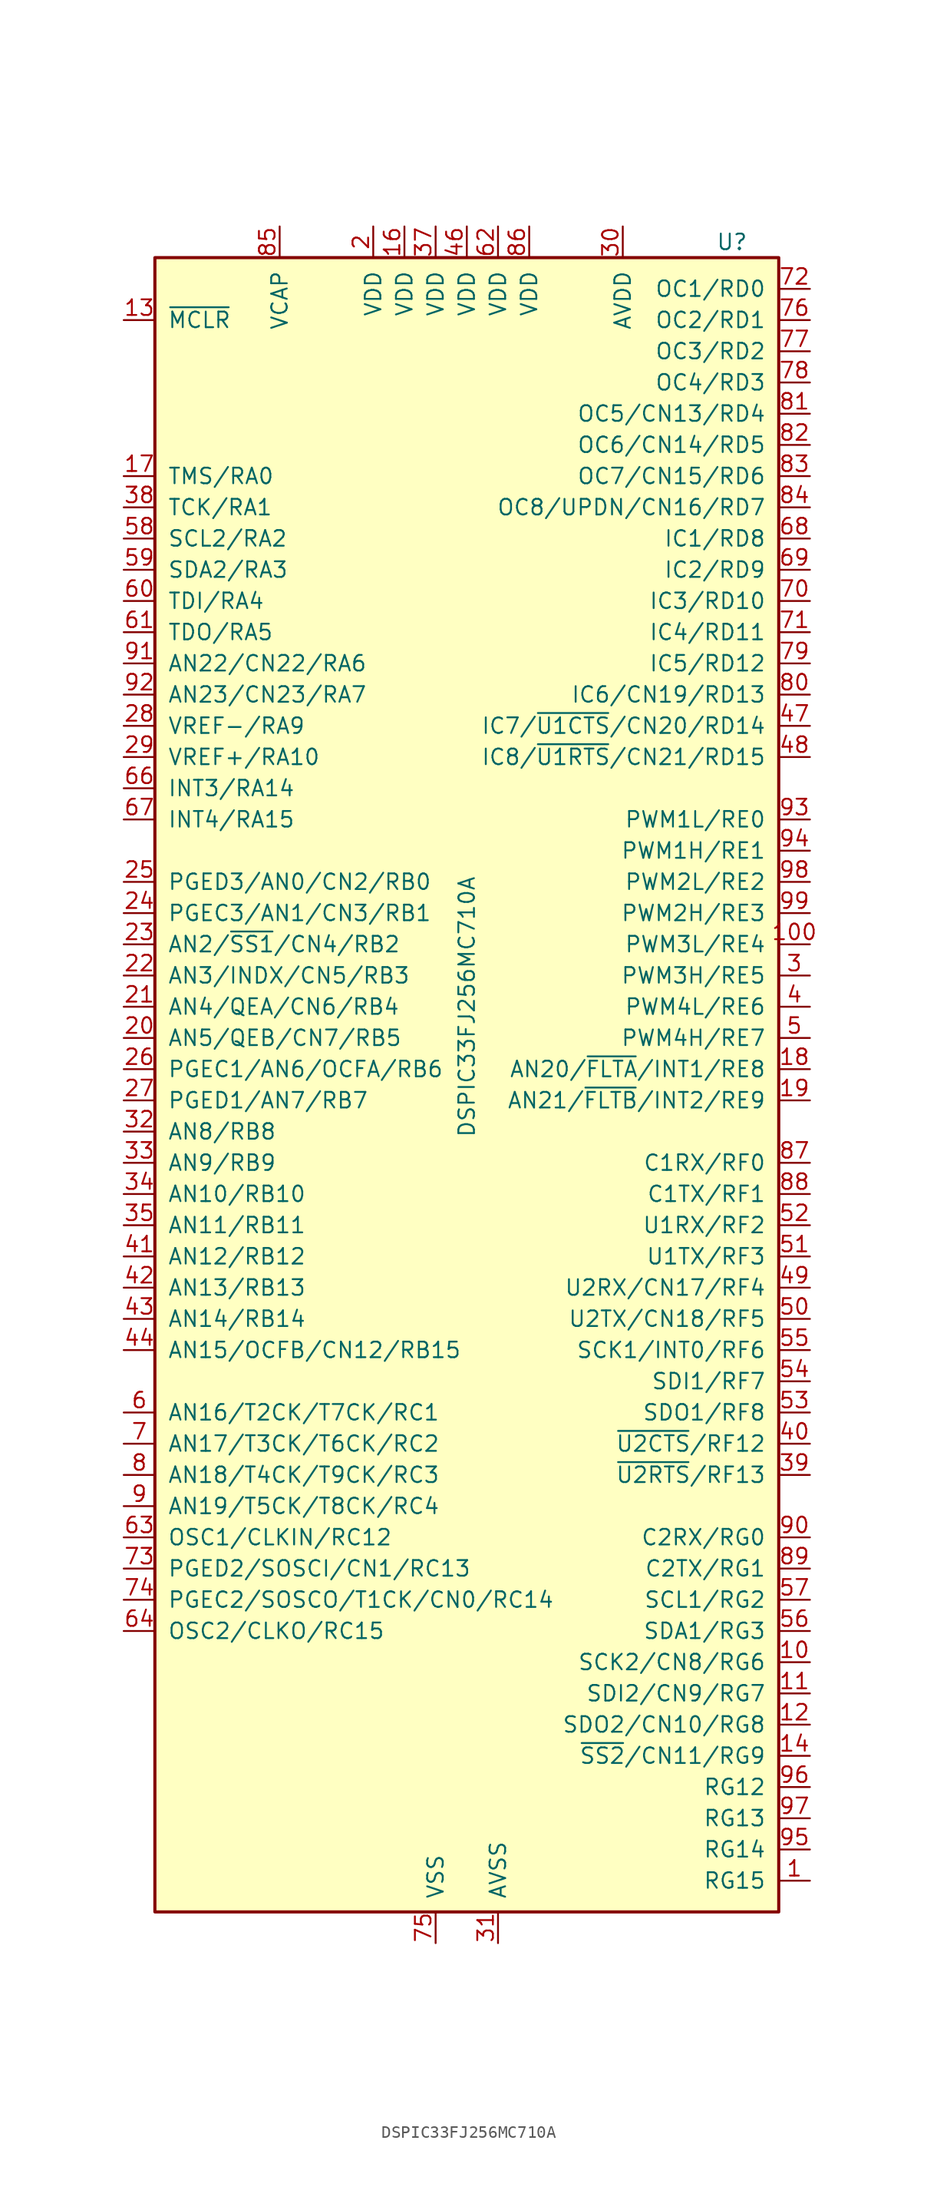
<source format=kicad_sym>
(kicad_symbol_lib
  (version 20231120)
  (generator "kicad_symbol_editor")
  (generator_version "8.0")
  (symbol "DSPIC33FJ256MC710A"
    (pin_names
      (offset 1.016))
    (property "Reference" "U"
      (at 21.59 69.85 0)
      (effects (font (size 1.27 1.27))))
    (property "Value" "DSPIC33FJ256MC710A"
      (at 0 7.62 90)
      (effects (font (size 1.27 1.27))))
    (symbol "DSPIC33FJ256MC710A_0_1"
      (rectangle (start -25.4 68.58) (end 25.4 -66.04) (stroke (width 0.254) (type default)) (fill (type background))))
    (symbol "DSPIC33FJ256MC710A_1_1"
      (pin bidirectional line (at 27.94 -63.5 180) (length 2.54) (name "RG15" (effects (font (size 1.27 1.27)))) (number "1" (effects (font (size 1.27 1.27)))))
      (pin bidirectional line (at 27.94 -45.72 180) (length 2.54) (name "SCK2/CN8/RG6" (effects (font (size 1.27 1.27)))) (number "10" (effects (font (size 1.27 1.27)))))
      (pin bidirectional line (at 27.94 12.7 180) (length 2.54) (name "PWM3L/RE4" (effects (font (size 1.27 1.27)))) (number "100" (effects (font (size 1.27 1.27)))))
      (pin bidirectional line (at 27.94 -48.26 180) (length 2.54) (name "SDI2/CN9/RG7" (effects (font (size 1.27 1.27)))) (number "11" (effects (font (size 1.27 1.27)))))
      (pin bidirectional line (at 27.94 -50.8 180) (length 2.54) (name "SDO2/CN10/RG8" (effects (font (size 1.27 1.27)))) (number "12" (effects (font (size 1.27 1.27)))))
      (pin input line (at -27.94 63.5 0) (length 2.54) (name "~{MCLR}" (effects (font (size 1.27 1.27)))) (number "13" (effects (font (size 1.27 1.27)))))
      (pin bidirectional line (at 27.94 -53.34 180) (length 2.54) (name "~{SS2}/CN11/RG9" (effects (font (size 1.27 1.27)))) (number "14" (effects (font (size 1.27 1.27)))))
      (pin passive line (at -2.54 -68.58 90) (length 2.54) hide (name "VSS" (effects (font (size 1.27 1.27)))) (number "15" (effects (font (size 1.27 1.27)))))
      (pin power_in line (at -5.08 71.12 270) (length 2.54) (name "VDD" (effects (font (size 1.27 1.27)))) (number "16" (effects (font (size 1.27 1.27)))))
      (pin bidirectional line (at -27.94 50.8 0) (length 2.54) (name "TMS/RA0" (effects (font (size 1.27 1.27)))) (number "17" (effects (font (size 1.27 1.27)))))
      (pin bidirectional line (at 27.94 2.54 180) (length 2.54) (name "AN20/~{FLTA}/INT1/RE8" (effects (font (size 1.27 1.27)))) (number "18" (effects (font (size 1.27 1.27)))))
      (pin bidirectional line (at 27.94 0 180) (length 2.54) (name "AN21/~{FLTB}/INT2/RE9" (effects (font (size 1.27 1.27)))) (number "19" (effects (font (size 1.27 1.27)))))
      (pin power_in line (at -7.62 71.12 270) (length 2.54) (name "VDD" (effects (font (size 1.27 1.27)))) (number "2" (effects (font (size 1.27 1.27)))))
      (pin bidirectional line (at -27.94 5.08 0) (length 2.54) (name "AN5/QEB/CN7/RB5" (effects (font (size 1.27 1.27)))) (number "20" (effects (font (size 1.27 1.27)))))
      (pin bidirectional line (at -27.94 7.62 0) (length 2.54) (name "AN4/QEA/CN6/RB4" (effects (font (size 1.27 1.27)))) (number "21" (effects (font (size 1.27 1.27)))))
      (pin bidirectional line (at -27.94 10.16 0) (length 2.54) (name "AN3/INDX/CN5/RB3" (effects (font (size 1.27 1.27)))) (number "22" (effects (font (size 1.27 1.27)))))
      (pin bidirectional line (at -27.94 12.7 0) (length 2.54) (name "AN2/~{SS1}/CN4/RB2" (effects (font (size 1.27 1.27)))) (number "23" (effects (font (size 1.27 1.27)))))
      (pin bidirectional line (at -27.94 15.24 0) (length 2.54) (name "PGEC3/AN1/CN3/RB1" (effects (font (size 1.27 1.27)))) (number "24" (effects (font (size 1.27 1.27)))))
      (pin bidirectional line (at -27.94 17.78 0) (length 2.54) (name "PGED3/AN0/CN2/RB0" (effects (font (size 1.27 1.27)))) (number "25" (effects (font (size 1.27 1.27)))))
      (pin bidirectional line (at -27.94 2.54 0) (length 2.54) (name "PGEC1/AN6/OCFA/RB6" (effects (font (size 1.27 1.27)))) (number "26" (effects (font (size 1.27 1.27)))))
      (pin bidirectional line (at -27.94 0 0) (length 2.54) (name "PGED1/AN7/RB7" (effects (font (size 1.27 1.27)))) (number "27" (effects (font (size 1.27 1.27)))))
      (pin bidirectional line (at -27.94 30.48 0) (length 2.54) (name "VREF-/RA9" (effects (font (size 1.27 1.27)))) (number "28" (effects (font (size 1.27 1.27)))))
      (pin bidirectional line (at -27.94 27.94 0) (length 2.54) (name "VREF+/RA10" (effects (font (size 1.27 1.27)))) (number "29" (effects (font (size 1.27 1.27)))))
      (pin bidirectional line (at 27.94 10.16 180) (length 2.54) (name "PWM3H/RE5" (effects (font (size 1.27 1.27)))) (number "3" (effects (font (size 1.27 1.27)))))
      (pin power_in line (at 12.7 71.12 270) (length 2.54) (name "AVDD" (effects (font (size 1.27 1.27)))) (number "30" (effects (font (size 1.27 1.27)))))
      (pin power_in line (at 2.54 -68.58 90) (length 2.54) (name "AVSS" (effects (font (size 1.27 1.27)))) (number "31" (effects (font (size 1.27 1.27)))))
      (pin bidirectional line (at -27.94 -2.54 0) (length 2.54) (name "AN8/RB8" (effects (font (size 1.27 1.27)))) (number "32" (effects (font (size 1.27 1.27)))))
      (pin bidirectional line (at -27.94 -5.08 0) (length 2.54) (name "AN9/RB9" (effects (font (size 1.27 1.27)))) (number "33" (effects (font (size 1.27 1.27)))))
      (pin bidirectional line (at -27.94 -7.62 0) (length 2.54) (name "AN10/RB10" (effects (font (size 1.27 1.27)))) (number "34" (effects (font (size 1.27 1.27)))))
      (pin bidirectional line (at -27.94 -10.16 0) (length 2.54) (name "AN11/RB11" (effects (font (size 1.27 1.27)))) (number "35" (effects (font (size 1.27 1.27)))))
      (pin passive line (at -2.54 -68.58 90) (length 2.54) hide (name "VSS" (effects (font (size 1.27 1.27)))) (number "36" (effects (font (size 1.27 1.27)))))
      (pin power_in line (at -2.54 71.12 270) (length 2.54) (name "VDD" (effects (font (size 1.27 1.27)))) (number "37" (effects (font (size 1.27 1.27)))))
      (pin bidirectional line (at -27.94 48.26 0) (length 2.54) (name "TCK/RA1" (effects (font (size 1.27 1.27)))) (number "38" (effects (font (size 1.27 1.27)))))
      (pin bidirectional line (at 27.94 -30.48 180) (length 2.54) (name "~{U2RTS}/RF13" (effects (font (size 1.27 1.27)))) (number "39" (effects (font (size 1.27 1.27)))))
      (pin bidirectional line (at 27.94 7.62 180) (length 2.54) (name "PWM4L/RE6" (effects (font (size 1.27 1.27)))) (number "4" (effects (font (size 1.27 1.27)))))
      (pin bidirectional line (at 27.94 -27.94 180) (length 2.54) (name "~{U2CTS}/RF12" (effects (font (size 1.27 1.27)))) (number "40" (effects (font (size 1.27 1.27)))))
      (pin bidirectional line (at -27.94 -12.7 0) (length 2.54) (name "AN12/RB12" (effects (font (size 1.27 1.27)))) (number "41" (effects (font (size 1.27 1.27)))))
      (pin bidirectional line (at -27.94 -15.24 0) (length 2.54) (name "AN13/RB13" (effects (font (size 1.27 1.27)))) (number "42" (effects (font (size 1.27 1.27)))))
      (pin bidirectional line (at -27.94 -17.78 0) (length 2.54) (name "AN14/RB14" (effects (font (size 1.27 1.27)))) (number "43" (effects (font (size 1.27 1.27)))))
      (pin bidirectional line (at -27.94 -20.32 0) (length 2.54) (name "AN15/OCFB/CN12/RB15" (effects (font (size 1.27 1.27)))) (number "44" (effects (font (size 1.27 1.27)))))
      (pin passive line (at -2.54 -68.58 90) (length 2.54) hide (name "VSS" (effects (font (size 1.27 1.27)))) (number "45" (effects (font (size 1.27 1.27)))))
      (pin power_in line (at 0 71.12 270) (length 2.54) (name "VDD" (effects (font (size 1.27 1.27)))) (number "46" (effects (font (size 1.27 1.27)))))
      (pin bidirectional line (at 27.94 30.48 180) (length 2.54) (name "IC7/~{U1CTS}/CN20/RD14" (effects (font (size 1.27 1.27)))) (number "47" (effects (font (size 1.27 1.27)))))
      (pin bidirectional line (at 27.94 27.94 180) (length 2.54) (name "IC8/~{U1RTS}/CN21/RD15" (effects (font (size 1.27 1.27)))) (number "48" (effects (font (size 1.27 1.27)))))
      (pin bidirectional line (at 27.94 -15.24 180) (length 2.54) (name "U2RX/CN17/RF4" (effects (font (size 1.27 1.27)))) (number "49" (effects (font (size 1.27 1.27)))))
      (pin bidirectional line (at 27.94 5.08 180) (length 2.54) (name "PWM4H/RE7" (effects (font (size 1.27 1.27)))) (number "5" (effects (font (size 1.27 1.27)))))
      (pin bidirectional line (at 27.94 -17.78 180) (length 2.54) (name "U2TX/CN18/RF5" (effects (font (size 1.27 1.27)))) (number "50" (effects (font (size 1.27 1.27)))))
      (pin bidirectional line (at 27.94 -12.7 180) (length 2.54) (name "U1TX/RF3" (effects (font (size 1.27 1.27)))) (number "51" (effects (font (size 1.27 1.27)))))
      (pin bidirectional line (at 27.94 -10.16 180) (length 2.54) (name "U1RX/RF2" (effects (font (size 1.27 1.27)))) (number "52" (effects (font (size 1.27 1.27)))))
      (pin bidirectional line (at 27.94 -25.4 180) (length 2.54) (name "SDO1/RF8" (effects (font (size 1.27 1.27)))) (number "53" (effects (font (size 1.27 1.27)))))
      (pin bidirectional line (at 27.94 -22.86 180) (length 2.54) (name "SDI1/RF7" (effects (font (size 1.27 1.27)))) (number "54" (effects (font (size 1.27 1.27)))))
      (pin bidirectional line (at 27.94 -20.32 180) (length 2.54) (name "SCK1/INT0/RF6" (effects (font (size 1.27 1.27)))) (number "55" (effects (font (size 1.27 1.27)))))
      (pin bidirectional line (at 27.94 -43.18 180) (length 2.54) (name "SDA1/RG3" (effects (font (size 1.27 1.27)))) (number "56" (effects (font (size 1.27 1.27)))))
      (pin bidirectional line (at 27.94 -40.64 180) (length 2.54) (name "SCL1/RG2" (effects (font (size 1.27 1.27)))) (number "57" (effects (font (size 1.27 1.27)))))
      (pin bidirectional line (at -27.94 45.72 0) (length 2.54) (name "SCL2/RA2" (effects (font (size 1.27 1.27)))) (number "58" (effects (font (size 1.27 1.27)))))
      (pin bidirectional line (at -27.94 43.18 0) (length 2.54) (name "SDA2/RA3" (effects (font (size 1.27 1.27)))) (number "59" (effects (font (size 1.27 1.27)))))
      (pin bidirectional line (at -27.94 -25.4 0) (length 2.54) (name "AN16/T2CK/T7CK/RC1" (effects (font (size 1.27 1.27)))) (number "6" (effects (font (size 1.27 1.27)))))
      (pin bidirectional line (at -27.94 40.64 0) (length 2.54) (name "TDI/RA4" (effects (font (size 1.27 1.27)))) (number "60" (effects (font (size 1.27 1.27)))))
      (pin bidirectional line (at -27.94 38.1 0) (length 2.54) (name "TDO/RA5" (effects (font (size 1.27 1.27)))) (number "61" (effects (font (size 1.27 1.27)))))
      (pin power_in line (at 2.54 71.12 270) (length 2.54) (name "VDD" (effects (font (size 1.27 1.27)))) (number "62" (effects (font (size 1.27 1.27)))))
      (pin bidirectional line (at -27.94 -35.56 0) (length 2.54) (name "OSC1/CLKIN/RC12" (effects (font (size 1.27 1.27)))) (number "63" (effects (font (size 1.27 1.27)))))
      (pin bidirectional line (at -27.94 -43.18 0) (length 2.54) (name "OSC2/CLKO/RC15" (effects (font (size 1.27 1.27)))) (number "64" (effects (font (size 1.27 1.27)))))
      (pin passive line (at -2.54 -68.58 90) (length 2.54) hide (name "VSS" (effects (font (size 1.27 1.27)))) (number "65" (effects (font (size 1.27 1.27)))))
      (pin bidirectional line (at -27.94 25.4 0) (length 2.54) (name "INT3/RA14" (effects (font (size 1.27 1.27)))) (number "66" (effects (font (size 1.27 1.27)))))
      (pin bidirectional line (at -27.94 22.86 0) (length 2.54) (name "INT4/RA15" (effects (font (size 1.27 1.27)))) (number "67" (effects (font (size 1.27 1.27)))))
      (pin bidirectional line (at 27.94 45.72 180) (length 2.54) (name "IC1/RD8" (effects (font (size 1.27 1.27)))) (number "68" (effects (font (size 1.27 1.27)))))
      (pin bidirectional line (at 27.94 43.18 180) (length 2.54) (name "IC2/RD9" (effects (font (size 1.27 1.27)))) (number "69" (effects (font (size 1.27 1.27)))))
      (pin bidirectional line (at -27.94 -27.94 0) (length 2.54) (name "AN17/T3CK/T6CK/RC2" (effects (font (size 1.27 1.27)))) (number "7" (effects (font (size 1.27 1.27)))))
      (pin bidirectional line (at 27.94 40.64 180) (length 2.54) (name "IC3/RD10" (effects (font (size 1.27 1.27)))) (number "70" (effects (font (size 1.27 1.27)))))
      (pin bidirectional line (at 27.94 38.1 180) (length 2.54) (name "IC4/RD11" (effects (font (size 1.27 1.27)))) (number "71" (effects (font (size 1.27 1.27)))))
      (pin bidirectional line (at 27.94 66.04 180) (length 2.54) (name "OC1/RD0" (effects (font (size 1.27 1.27)))) (number "72" (effects (font (size 1.27 1.27)))))
      (pin bidirectional line (at -27.94 -38.1 0) (length 2.54) (name "PGED2/SOSCI/CN1/RC13" (effects (font (size 1.27 1.27)))) (number "73" (effects (font (size 1.27 1.27)))))
      (pin bidirectional line (at -27.94 -40.64 0) (length 2.54) (name "PGEC2/SOSCO/T1CK/CN0/RC14" (effects (font (size 1.27 1.27)))) (number "74" (effects (font (size 1.27 1.27)))))
      (pin power_in line (at -2.54 -68.58 90) (length 2.54) (name "VSS" (effects (font (size 1.27 1.27)))) (number "75" (effects (font (size 1.27 1.27)))))
      (pin bidirectional line (at 27.94 63.5 180) (length 2.54) (name "OC2/RD1" (effects (font (size 1.27 1.27)))) (number "76" (effects (font (size 1.27 1.27)))))
      (pin bidirectional line (at 27.94 60.96 180) (length 2.54) (name "OC3/RD2" (effects (font (size 1.27 1.27)))) (number "77" (effects (font (size 1.27 1.27)))))
      (pin bidirectional line (at 27.94 58.42 180) (length 2.54) (name "OC4/RD3" (effects (font (size 1.27 1.27)))) (number "78" (effects (font (size 1.27 1.27)))))
      (pin bidirectional line (at 27.94 35.56 180) (length 2.54) (name "IC5/RD12" (effects (font (size 1.27 1.27)))) (number "79" (effects (font (size 1.27 1.27)))))
      (pin bidirectional line (at -27.94 -30.48 0) (length 2.54) (name "AN18/T4CK/T9CK/RC3" (effects (font (size 1.27 1.27)))) (number "8" (effects (font (size 1.27 1.27)))))
      (pin bidirectional line (at 27.94 33.02 180) (length 2.54) (name "IC6/CN19/RD13" (effects (font (size 1.27 1.27)))) (number "80" (effects (font (size 1.27 1.27)))))
      (pin bidirectional line (at 27.94 55.88 180) (length 2.54) (name "OC5/CN13/RD4" (effects (font (size 1.27 1.27)))) (number "81" (effects (font (size 1.27 1.27)))))
      (pin bidirectional line (at 27.94 53.34 180) (length 2.54) (name "OC6/CN14/RD5" (effects (font (size 1.27 1.27)))) (number "82" (effects (font (size 1.27 1.27)))))
      (pin bidirectional line (at 27.94 50.8 180) (length 2.54) (name "OC7/CN15/RD6" (effects (font (size 1.27 1.27)))) (number "83" (effects (font (size 1.27 1.27)))))
      (pin bidirectional line (at 27.94 48.26 180) (length 2.54) (name "OC8/UPDN/CN16/RD7" (effects (font (size 1.27 1.27)))) (number "84" (effects (font (size 1.27 1.27)))))
      (pin passive line (at -15.24 71.12 270) (length 2.54) (name "VCAP" (effects (font (size 1.27 1.27)))) (number "85" (effects (font (size 1.27 1.27)))))
      (pin power_in line (at 5.08 71.12 270) (length 2.54) (name "VDD" (effects (font (size 1.27 1.27)))) (number "86" (effects (font (size 1.27 1.27)))))
      (pin bidirectional line (at 27.94 -5.08 180) (length 2.54) (name "C1RX/RF0" (effects (font (size 1.27 1.27)))) (number "87" (effects (font (size 1.27 1.27)))))
      (pin bidirectional line (at 27.94 -7.62 180) (length 2.54) (name "C1TX/RF1" (effects (font (size 1.27 1.27)))) (number "88" (effects (font (size 1.27 1.27)))))
      (pin bidirectional line (at 27.94 -38.1 180) (length 2.54) (name "C2TX/RG1" (effects (font (size 1.27 1.27)))) (number "89" (effects (font (size 1.27 1.27)))))
      (pin bidirectional line (at -27.94 -33.02 0) (length 2.54) (name "AN19/T5CK/T8CK/RC4" (effects (font (size 1.27 1.27)))) (number "9" (effects (font (size 1.27 1.27)))))
      (pin bidirectional line (at 27.94 -35.56 180) (length 2.54) (name "C2RX/RG0" (effects (font (size 1.27 1.27)))) (number "90" (effects (font (size 1.27 1.27)))))
      (pin bidirectional line (at -27.94 35.56 0) (length 2.54) (name "AN22/CN22/RA6" (effects (font (size 1.27 1.27)))) (number "91" (effects (font (size 1.27 1.27)))))
      (pin bidirectional line (at -27.94 33.02 0) (length 2.54) (name "AN23/CN23/RA7" (effects (font (size 1.27 1.27)))) (number "92" (effects (font (size 1.27 1.27)))))
      (pin bidirectional line (at 27.94 22.86 180) (length 2.54) (name "PWM1L/RE0" (effects (font (size 1.27 1.27)))) (number "93" (effects (font (size 1.27 1.27)))))
      (pin bidirectional line (at 27.94 20.32 180) (length 2.54) (name "PWM1H/RE1" (effects (font (size 1.27 1.27)))) (number "94" (effects (font (size 1.27 1.27)))))
      (pin bidirectional line (at 27.94 -60.96 180) (length 2.54) (name "RG14" (effects (font (size 1.27 1.27)))) (number "95" (effects (font (size 1.27 1.27)))))
      (pin bidirectional line (at 27.94 -55.88 180) (length 2.54) (name "RG12" (effects (font (size 1.27 1.27)))) (number "96" (effects (font (size 1.27 1.27)))))
      (pin bidirectional line (at 27.94 -58.42 180) (length 2.54) (name "RG13" (effects (font (size 1.27 1.27)))) (number "97" (effects (font (size 1.27 1.27)))))
      (pin bidirectional line (at 27.94 17.78 180) (length 2.54) (name "PWM2L/RE2" (effects (font (size 1.27 1.27)))) (number "98" (effects (font (size 1.27 1.27)))))
      (pin bidirectional line (at 27.94 15.24 180) (length 2.54) (name "PWM2H/RE3" (effects (font (size 1.27 1.27)))) (number "99" (effects (font (size 1.27 1.27))))))))
</source>
